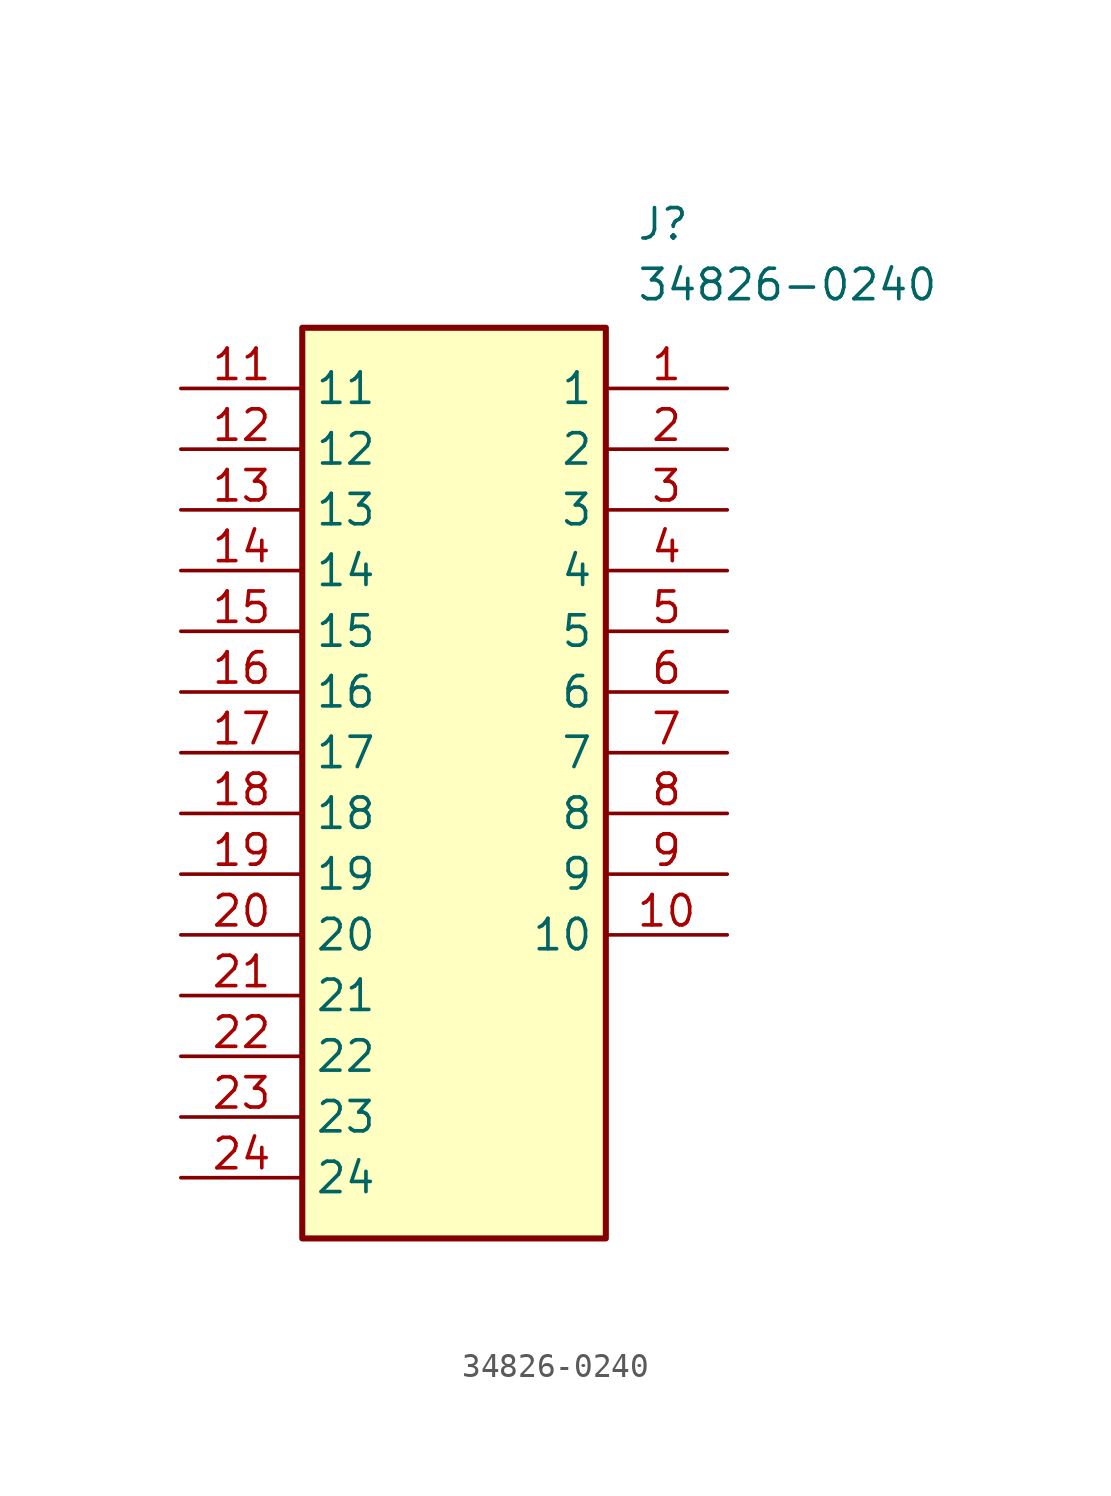
<source format=kicad_sym>
(kicad_symbol_lib
  (version 20211014)
  (generator SamacSys_ECAD_Model)
  (symbol "34826-0240"
    (property "Reference" "J"
      (at 19.05 7.62 0)
      (effects (font (size 1.27 1.27)) (justify left top)))
    (property "Value" "34826-0240"
      (at 19.05 5.08 0)
      (effects (font (size 1.27 1.27)) (justify left top)))
    (rectangle
      (start 5.08 2.54)
      (end 17.78 -35.56)
      (stroke (width 0.254) (type default))
      (fill (type background)))
    (pin passive line
      (at 22.86 0 180)
      (length 5.08)
      (name "1" (effects (font (size 1.27 1.27))))
      (number "1" (effects (font (size 1.27 1.27)))))
    (pin passive line
      (at 22.86 -2.54 180)
      (length 5.08)
      (name "2" (effects (font (size 1.27 1.27))))
      (number "2" (effects (font (size 1.27 1.27)))))
    (pin passive line
      (at 22.86 -5.08 180)
      (length 5.08)
      (name "3" (effects (font (size 1.27 1.27))))
      (number "3" (effects (font (size 1.27 1.27)))))
    (pin passive line
      (at 22.86 -7.62 180)
      (length 5.08)
      (name "4" (effects (font (size 1.27 1.27))))
      (number "4" (effects (font (size 1.27 1.27)))))
    (pin passive line
      (at 22.86 -10.16 180)
      (length 5.08)
      (name "5" (effects (font (size 1.27 1.27))))
      (number "5" (effects (font (size 1.27 1.27)))))
    (pin passive line
      (at 22.86 -12.7 180)
      (length 5.08)
      (name "6" (effects (font (size 1.27 1.27))))
      (number "6" (effects (font (size 1.27 1.27)))))
    (pin passive line
      (at 22.86 -15.24 180)
      (length 5.08)
      (name "7" (effects (font (size 1.27 1.27))))
      (number "7" (effects (font (size 1.27 1.27)))))
    (pin passive line
      (at 22.86 -17.78 180)
      (length 5.08)
      (name "8" (effects (font (size 1.27 1.27))))
      (number "8" (effects (font (size 1.27 1.27)))))
    (pin passive line
      (at 22.86 -20.32 180)
      (length 5.08)
      (name "9" (effects (font (size 1.27 1.27))))
      (number "9" (effects (font (size 1.27 1.27)))))
    (pin passive line
      (at 22.86 -22.86 180)
      (length 5.08)
      (name "10" (effects (font (size 1.27 1.27))))
      (number "10" (effects (font (size 1.27 1.27)))))
    (pin passive line
      (at 0 0 0)
      (length 5.08)
      (name "11" (effects (font (size 1.27 1.27))))
      (number "11" (effects (font (size 1.27 1.27)))))
    (pin passive line
      (at 0 -2.54 0)
      (length 5.08)
      (name "12" (effects (font (size 1.27 1.27))))
      (number "12" (effects (font (size 1.27 1.27)))))
    (pin passive line
      (at 0 -5.08 0)
      (length 5.08)
      (name "13" (effects (font (size 1.27 1.27))))
      (number "13" (effects (font (size 1.27 1.27)))))
    (pin passive line
      (at 0 -7.62 0)
      (length 5.08)
      (name "14" (effects (font (size 1.27 1.27))))
      (number "14" (effects (font (size 1.27 1.27)))))
    (pin passive line
      (at 0 -10.16 0)
      (length 5.08)
      (name "15" (effects (font (size 1.27 1.27))))
      (number "15" (effects (font (size 1.27 1.27)))))
    (pin passive line
      (at 0 -12.7 0)
      (length 5.08)
      (name "16" (effects (font (size 1.27 1.27))))
      (number "16" (effects (font (size 1.27 1.27)))))
    (pin passive line
      (at 0 -15.24 0)
      (length 5.08)
      (name "17" (effects (font (size 1.27 1.27))))
      (number "17" (effects (font (size 1.27 1.27)))))
    (pin passive line
      (at 0 -17.78 0)
      (length 5.08)
      (name "18" (effects (font (size 1.27 1.27))))
      (number "18" (effects (font (size 1.27 1.27)))))
    (pin passive line
      (at 0 -20.32 0)
      (length 5.08)
      (name "19" (effects (font (size 1.27 1.27))))
      (number "19" (effects (font (size 1.27 1.27)))))
    (pin passive line
      (at 0 -22.86 0)
      (length 5.08)
      (name "20" (effects (font (size 1.27 1.27))))
      (number "20" (effects (font (size 1.27 1.27)))))
    (pin passive line
      (at 0 -25.4 0)
      (length 5.08)
      (name "21" (effects (font (size 1.27 1.27))))
      (number "21" (effects (font (size 1.27 1.27)))))
    (pin passive line
      (at 0 -27.94 0)
      (length 5.08)
      (name "22" (effects (font (size 1.27 1.27))))
      (number "22" (effects (font (size 1.27 1.27)))))
    (pin passive line
      (at 0 -30.48 0)
      (length 5.08)
      (name "23" (effects (font (size 1.27 1.27))))
      (number "23" (effects (font (size 1.27 1.27)))))
    (pin passive line
      (at 0 -33.02 0)
      (length 5.08)
      (name "24" (effects (font (size 1.27 1.27))))
      (number "24" (effects (font (size 1.27 1.27)))))))
</source>
